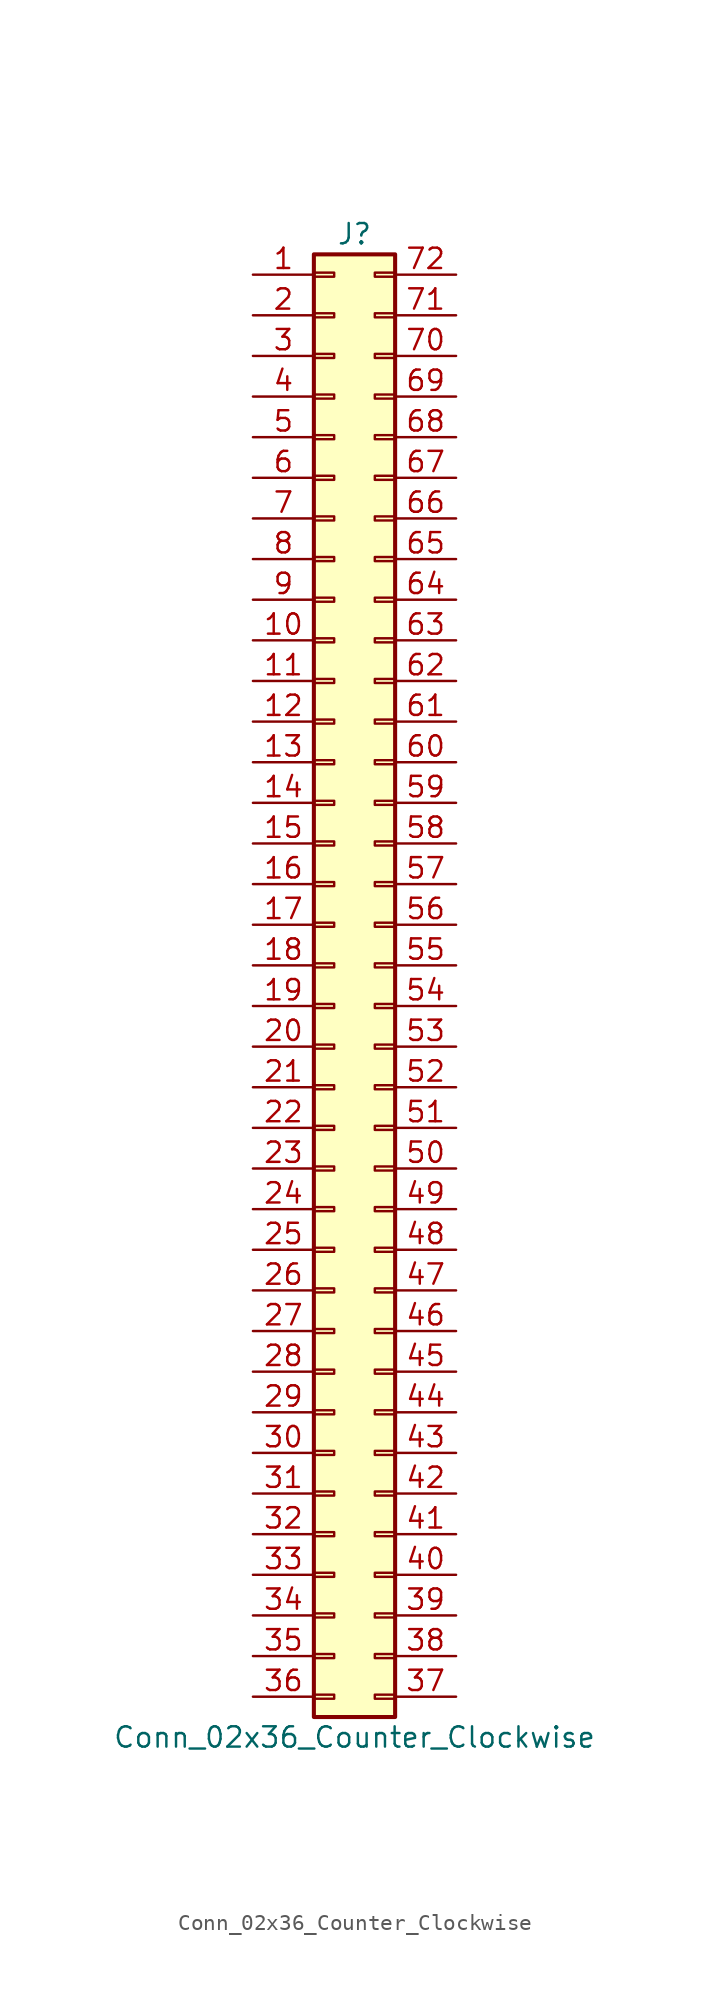
<source format=kicad_sym>
(kicad_symbol_lib
  (version 20220914)
  (generator kicad_symbol_editor)
  (symbol "Conn_02x36_Counter_Clockwise"
    (pin_names
      (offset 1.016) hide)
    (property "Reference" "J"
      (at 1.27 45.72 0)
      (effects (font (size 1.27 1.27))))
    (property "Value" "Conn_02x36_Counter_Clockwise"
      (at 1.27 -48.26 0)
      (effects (font (size 1.27 1.27))))
    (symbol "Conn_02x36_Counter_Clockwise_1_1"
      (rectangle (start -1.27 -45.593) (end 0 -45.847) (stroke (width 0.152) (type default)) (fill (type none)))
      (rectangle (start -1.27 -43.053) (end 0 -43.307) (stroke (width 0.152) (type default)) (fill (type none)))
      (rectangle (start -1.27 -40.513) (end 0 -40.767) (stroke (width 0.152) (type default)) (fill (type none)))
      (rectangle (start -1.27 -37.973) (end 0 -38.227) (stroke (width 0.152) (type default)) (fill (type none)))
      (rectangle (start -1.27 -35.433) (end 0 -35.687) (stroke (width 0.152) (type default)) (fill (type none)))
      (rectangle (start -1.27 -32.893) (end 0 -33.147) (stroke (width 0.152) (type default)) (fill (type none)))
      (rectangle (start -1.27 -30.353) (end 0 -30.607) (stroke (width 0.152) (type default)) (fill (type none)))
      (rectangle (start -1.27 -27.813) (end 0 -28.067) (stroke (width 0.152) (type default)) (fill (type none)))
      (rectangle (start -1.27 -25.273) (end 0 -25.527) (stroke (width 0.152) (type default)) (fill (type none)))
      (rectangle (start -1.27 -22.733) (end 0 -22.987) (stroke (width 0.152) (type default)) (fill (type none)))
      (rectangle (start -1.27 -20.193) (end 0 -20.447) (stroke (width 0.152) (type default)) (fill (type none)))
      (rectangle (start -1.27 -17.653) (end 0 -17.907) (stroke (width 0.152) (type default)) (fill (type none)))
      (rectangle (start -1.27 -15.113) (end 0 -15.367) (stroke (width 0.152) (type default)) (fill (type none)))
      (rectangle (start -1.27 -12.573) (end 0 -12.827) (stroke (width 0.152) (type default)) (fill (type none)))
      (rectangle (start -1.27 -10.033) (end 0 -10.287) (stroke (width 0.152) (type default)) (fill (type none)))
      (rectangle (start -1.27 -7.493) (end 0 -7.747) (stroke (width 0.152) (type default)) (fill (type none)))
      (rectangle (start -1.27 -4.953) (end 0 -5.207) (stroke (width 0.152) (type default)) (fill (type none)))
      (rectangle (start -1.27 -2.413) (end 0 -2.667) (stroke (width 0.152) (type default)) (fill (type none)))
      (rectangle (start -1.27 0.127) (end 0 -0.127) (stroke (width 0.152) (type default)) (fill (type none)))
      (rectangle (start -1.27 2.667) (end 0 2.413) (stroke (width 0.152) (type default)) (fill (type none)))
      (rectangle (start -1.27 5.207) (end 0 4.953) (stroke (width 0.152) (type default)) (fill (type none)))
      (rectangle (start -1.27 7.747) (end 0 7.493) (stroke (width 0.152) (type default)) (fill (type none)))
      (rectangle (start -1.27 10.287) (end 0 10.033) (stroke (width 0.152) (type default)) (fill (type none)))
      (rectangle (start -1.27 12.827) (end 0 12.573) (stroke (width 0.152) (type default)) (fill (type none)))
      (rectangle (start -1.27 15.367) (end 0 15.113) (stroke (width 0.152) (type default)) (fill (type none)))
      (rectangle (start -1.27 17.907) (end 0 17.653) (stroke (width 0.152) (type default)) (fill (type none)))
      (rectangle (start -1.27 20.447) (end 0 20.193) (stroke (width 0.152) (type default)) (fill (type none)))
      (rectangle (start -1.27 22.987) (end 0 22.733) (stroke (width 0.152) (type default)) (fill (type none)))
      (rectangle (start -1.27 25.527) (end 0 25.273) (stroke (width 0.152) (type default)) (fill (type none)))
      (rectangle (start -1.27 28.067) (end 0 27.813) (stroke (width 0.152) (type default)) (fill (type none)))
      (rectangle (start -1.27 30.607) (end 0 30.353) (stroke (width 0.152) (type default)) (fill (type none)))
      (rectangle (start -1.27 33.147) (end 0 32.893) (stroke (width 0.152) (type default)) (fill (type none)))
      (rectangle (start -1.27 35.687) (end 0 35.433) (stroke (width 0.152) (type default)) (fill (type none)))
      (rectangle (start -1.27 38.227) (end 0 37.973) (stroke (width 0.152) (type default)) (fill (type none)))
      (rectangle (start -1.27 40.767) (end 0 40.513) (stroke (width 0.152) (type default)) (fill (type none)))
      (rectangle (start -1.27 43.307) (end 0 43.053) (stroke (width 0.152) (type default)) (fill (type none)))
      (rectangle (start -1.27 44.45) (end 3.81 -46.99) (stroke (width 0.254) (type default)) (fill (type background)))
      (rectangle (start 3.81 -45.593) (end 2.54 -45.847) (stroke (width 0.152) (type default)) (fill (type none)))
      (rectangle (start 3.81 -43.053) (end 2.54 -43.307) (stroke (width 0.152) (type default)) (fill (type none)))
      (rectangle (start 3.81 -40.513) (end 2.54 -40.767) (stroke (width 0.152) (type default)) (fill (type none)))
      (rectangle (start 3.81 -37.973) (end 2.54 -38.227) (stroke (width 0.152) (type default)) (fill (type none)))
      (rectangle (start 3.81 -35.433) (end 2.54 -35.687) (stroke (width 0.152) (type default)) (fill (type none)))
      (rectangle (start 3.81 -32.893) (end 2.54 -33.147) (stroke (width 0.152) (type default)) (fill (type none)))
      (rectangle (start 3.81 -30.353) (end 2.54 -30.607) (stroke (width 0.152) (type default)) (fill (type none)))
      (rectangle (start 3.81 -27.813) (end 2.54 -28.067) (stroke (width 0.152) (type default)) (fill (type none)))
      (rectangle (start 3.81 -25.273) (end 2.54 -25.527) (stroke (width 0.152) (type default)) (fill (type none)))
      (rectangle (start 3.81 -22.733) (end 2.54 -22.987) (stroke (width 0.152) (type default)) (fill (type none)))
      (rectangle (start 3.81 -20.193) (end 2.54 -20.447) (stroke (width 0.152) (type default)) (fill (type none)))
      (rectangle (start 3.81 -17.653) (end 2.54 -17.907) (stroke (width 0.152) (type default)) (fill (type none)))
      (rectangle (start 3.81 -15.113) (end 2.54 -15.367) (stroke (width 0.152) (type default)) (fill (type none)))
      (rectangle (start 3.81 -12.573) (end 2.54 -12.827) (stroke (width 0.152) (type default)) (fill (type none)))
      (rectangle (start 3.81 -10.033) (end 2.54 -10.287) (stroke (width 0.152) (type default)) (fill (type none)))
      (rectangle (start 3.81 -7.493) (end 2.54 -7.747) (stroke (width 0.152) (type default)) (fill (type none)))
      (rectangle (start 3.81 -4.953) (end 2.54 -5.207) (stroke (width 0.152) (type default)) (fill (type none)))
      (rectangle (start 3.81 -2.413) (end 2.54 -2.667) (stroke (width 0.152) (type default)) (fill (type none)))
      (rectangle (start 3.81 0.127) (end 2.54 -0.127) (stroke (width 0.152) (type default)) (fill (type none)))
      (rectangle (start 3.81 2.667) (end 2.54 2.413) (stroke (width 0.152) (type default)) (fill (type none)))
      (rectangle (start 3.81 5.207) (end 2.54 4.953) (stroke (width 0.152) (type default)) (fill (type none)))
      (rectangle (start 3.81 7.747) (end 2.54 7.493) (stroke (width 0.152) (type default)) (fill (type none)))
      (rectangle (start 3.81 10.287) (end 2.54 10.033) (stroke (width 0.152) (type default)) (fill (type none)))
      (rectangle (start 3.81 12.827) (end 2.54 12.573) (stroke (width 0.152) (type default)) (fill (type none)))
      (rectangle (start 3.81 15.367) (end 2.54 15.113) (stroke (width 0.152) (type default)) (fill (type none)))
      (rectangle (start 3.81 17.907) (end 2.54 17.653) (stroke (width 0.152) (type default)) (fill (type none)))
      (rectangle (start 3.81 20.447) (end 2.54 20.193) (stroke (width 0.152) (type default)) (fill (type none)))
      (rectangle (start 3.81 22.987) (end 2.54 22.733) (stroke (width 0.152) (type default)) (fill (type none)))
      (rectangle (start 3.81 25.527) (end 2.54 25.273) (stroke (width 0.152) (type default)) (fill (type none)))
      (rectangle (start 3.81 28.067) (end 2.54 27.813) (stroke (width 0.152) (type default)) (fill (type none)))
      (rectangle (start 3.81 30.607) (end 2.54 30.353) (stroke (width 0.152) (type default)) (fill (type none)))
      (rectangle (start 3.81 33.147) (end 2.54 32.893) (stroke (width 0.152) (type default)) (fill (type none)))
      (rectangle (start 3.81 35.687) (end 2.54 35.433) (stroke (width 0.152) (type default)) (fill (type none)))
      (rectangle (start 3.81 38.227) (end 2.54 37.973) (stroke (width 0.152) (type default)) (fill (type none)))
      (rectangle (start 3.81 40.767) (end 2.54 40.513) (stroke (width 0.152) (type default)) (fill (type none)))
      (rectangle (start 3.81 43.307) (end 2.54 43.053) (stroke (width 0.152) (type default)) (fill (type none)))
      (pin passive line (at -5.08 43.18 0) (length 3.81) (name "Pin_1" (effects (font (size 1.27 1.27)))) (number "1" (effects (font (size 1.27 1.27)))))
      (pin passive line (at -5.08 20.32 0) (length 3.81) (name "Pin_10" (effects (font (size 1.27 1.27)))) (number "10" (effects (font (size 1.27 1.27)))))
      (pin passive line (at -5.08 17.78 0) (length 3.81) (name "Pin_11" (effects (font (size 1.27 1.27)))) (number "11" (effects (font (size 1.27 1.27)))))
      (pin passive line (at -5.08 15.24 0) (length 3.81) (name "Pin_12" (effects (font (size 1.27 1.27)))) (number "12" (effects (font (size 1.27 1.27)))))
      (pin passive line (at -5.08 12.7 0) (length 3.81) (name "Pin_13" (effects (font (size 1.27 1.27)))) (number "13" (effects (font (size 1.27 1.27)))))
      (pin passive line (at -5.08 10.16 0) (length 3.81) (name "Pin_14" (effects (font (size 1.27 1.27)))) (number "14" (effects (font (size 1.27 1.27)))))
      (pin passive line (at -5.08 7.62 0) (length 3.81) (name "Pin_15" (effects (font (size 1.27 1.27)))) (number "15" (effects (font (size 1.27 1.27)))))
      (pin passive line (at -5.08 5.08 0) (length 3.81) (name "Pin_16" (effects (font (size 1.27 1.27)))) (number "16" (effects (font (size 1.27 1.27)))))
      (pin passive line (at -5.08 2.54 0) (length 3.81) (name "Pin_17" (effects (font (size 1.27 1.27)))) (number "17" (effects (font (size 1.27 1.27)))))
      (pin passive line (at -5.08 0 0) (length 3.81) (name "Pin_18" (effects (font (size 1.27 1.27)))) (number "18" (effects (font (size 1.27 1.27)))))
      (pin passive line (at -5.08 -2.54 0) (length 3.81) (name "Pin_19" (effects (font (size 1.27 1.27)))) (number "19" (effects (font (size 1.27 1.27)))))
      (pin passive line (at -5.08 40.64 0) (length 3.81) (name "Pin_2" (effects (font (size 1.27 1.27)))) (number "2" (effects (font (size 1.27 1.27)))))
      (pin passive line (at -5.08 -5.08 0) (length 3.81) (name "Pin_20" (effects (font (size 1.27 1.27)))) (number "20" (effects (font (size 1.27 1.27)))))
      (pin passive line (at -5.08 -7.62 0) (length 3.81) (name "Pin_21" (effects (font (size 1.27 1.27)))) (number "21" (effects (font (size 1.27 1.27)))))
      (pin passive line (at -5.08 -10.16 0) (length 3.81) (name "Pin_22" (effects (font (size 1.27 1.27)))) (number "22" (effects (font (size 1.27 1.27)))))
      (pin passive line (at -5.08 -12.7 0) (length 3.81) (name "Pin_23" (effects (font (size 1.27 1.27)))) (number "23" (effects (font (size 1.27 1.27)))))
      (pin passive line (at -5.08 -15.24 0) (length 3.81) (name "Pin_24" (effects (font (size 1.27 1.27)))) (number "24" (effects (font (size 1.27 1.27)))))
      (pin passive line (at -5.08 -17.78 0) (length 3.81) (name "Pin_25" (effects (font (size 1.27 1.27)))) (number "25" (effects (font (size 1.27 1.27)))))
      (pin passive line (at -5.08 -20.32 0) (length 3.81) (name "Pin_26" (effects (font (size 1.27 1.27)))) (number "26" (effects (font (size 1.27 1.27)))))
      (pin passive line (at -5.08 -22.86 0) (length 3.81) (name "Pin_27" (effects (font (size 1.27 1.27)))) (number "27" (effects (font (size 1.27 1.27)))))
      (pin passive line (at -5.08 -25.4 0) (length 3.81) (name "Pin_28" (effects (font (size 1.27 1.27)))) (number "28" (effects (font (size 1.27 1.27)))))
      (pin passive line (at -5.08 -27.94 0) (length 3.81) (name "Pin_29" (effects (font (size 1.27 1.27)))) (number "29" (effects (font (size 1.27 1.27)))))
      (pin passive line (at -5.08 38.1 0) (length 3.81) (name "Pin_3" (effects (font (size 1.27 1.27)))) (number "3" (effects (font (size 1.27 1.27)))))
      (pin passive line (at -5.08 -30.48 0) (length 3.81) (name "Pin_30" (effects (font (size 1.27 1.27)))) (number "30" (effects (font (size 1.27 1.27)))))
      (pin passive line (at -5.08 -33.02 0) (length 3.81) (name "Pin_31" (effects (font (size 1.27 1.27)))) (number "31" (effects (font (size 1.27 1.27)))))
      (pin passive line (at -5.08 -35.56 0) (length 3.81) (name "Pin_32" (effects (font (size 1.27 1.27)))) (number "32" (effects (font (size 1.27 1.27)))))
      (pin passive line (at -5.08 -38.1 0) (length 3.81) (name "Pin_33" (effects (font (size 1.27 1.27)))) (number "33" (effects (font (size 1.27 1.27)))))
      (pin passive line (at -5.08 -40.64 0) (length 3.81) (name "Pin_34" (effects (font (size 1.27 1.27)))) (number "34" (effects (font (size 1.27 1.27)))))
      (pin passive line (at -5.08 -43.18 0) (length 3.81) (name "Pin_35" (effects (font (size 1.27 1.27)))) (number "35" (effects (font (size 1.27 1.27)))))
      (pin passive line (at -5.08 -45.72 0) (length 3.81) (name "Pin_36" (effects (font (size 1.27 1.27)))) (number "36" (effects (font (size 1.27 1.27)))))
      (pin passive line (at 7.62 -45.72 180) (length 3.81) (name "Pin_37" (effects (font (size 1.27 1.27)))) (number "37" (effects (font (size 1.27 1.27)))))
      (pin passive line (at 7.62 -43.18 180) (length 3.81) (name "Pin_38" (effects (font (size 1.27 1.27)))) (number "38" (effects (font (size 1.27 1.27)))))
      (pin passive line (at 7.62 -40.64 180) (length 3.81) (name "Pin_39" (effects (font (size 1.27 1.27)))) (number "39" (effects (font (size 1.27 1.27)))))
      (pin passive line (at -5.08 35.56 0) (length 3.81) (name "Pin_4" (effects (font (size 1.27 1.27)))) (number "4" (effects (font (size 1.27 1.27)))))
      (pin passive line (at 7.62 -38.1 180) (length 3.81) (name "Pin_40" (effects (font (size 1.27 1.27)))) (number "40" (effects (font (size 1.27 1.27)))))
      (pin passive line (at 7.62 -35.56 180) (length 3.81) (name "Pin_41" (effects (font (size 1.27 1.27)))) (number "41" (effects (font (size 1.27 1.27)))))
      (pin passive line (at 7.62 -33.02 180) (length 3.81) (name "Pin_42" (effects (font (size 1.27 1.27)))) (number "42" (effects (font (size 1.27 1.27)))))
      (pin passive line (at 7.62 -30.48 180) (length 3.81) (name "Pin_43" (effects (font (size 1.27 1.27)))) (number "43" (effects (font (size 1.27 1.27)))))
      (pin passive line (at 7.62 -27.94 180) (length 3.81) (name "Pin_44" (effects (font (size 1.27 1.27)))) (number "44" (effects (font (size 1.27 1.27)))))
      (pin passive line (at 7.62 -25.4 180) (length 3.81) (name "Pin_45" (effects (font (size 1.27 1.27)))) (number "45" (effects (font (size 1.27 1.27)))))
      (pin passive line (at 7.62 -22.86 180) (length 3.81) (name "Pin_46" (effects (font (size 1.27 1.27)))) (number "46" (effects (font (size 1.27 1.27)))))
      (pin passive line (at 7.62 -20.32 180) (length 3.81) (name "Pin_47" (effects (font (size 1.27 1.27)))) (number "47" (effects (font (size 1.27 1.27)))))
      (pin passive line (at 7.62 -17.78 180) (length 3.81) (name "Pin_48" (effects (font (size 1.27 1.27)))) (number "48" (effects (font (size 1.27 1.27)))))
      (pin passive line (at 7.62 -15.24 180) (length 3.81) (name "Pin_49" (effects (font (size 1.27 1.27)))) (number "49" (effects (font (size 1.27 1.27)))))
      (pin passive line (at -5.08 33.02 0) (length 3.81) (name "Pin_5" (effects (font (size 1.27 1.27)))) (number "5" (effects (font (size 1.27 1.27)))))
      (pin passive line (at 7.62 -12.7 180) (length 3.81) (name "Pin_50" (effects (font (size 1.27 1.27)))) (number "50" (effects (font (size 1.27 1.27)))))
      (pin passive line (at 7.62 -10.16 180) (length 3.81) (name "Pin_51" (effects (font (size 1.27 1.27)))) (number "51" (effects (font (size 1.27 1.27)))))
      (pin passive line (at 7.62 -7.62 180) (length 3.81) (name "Pin_52" (effects (font (size 1.27 1.27)))) (number "52" (effects (font (size 1.27 1.27)))))
      (pin passive line (at 7.62 -5.08 180) (length 3.81) (name "Pin_53" (effects (font (size 1.27 1.27)))) (number "53" (effects (font (size 1.27 1.27)))))
      (pin passive line (at 7.62 -2.54 180) (length 3.81) (name "Pin_54" (effects (font (size 1.27 1.27)))) (number "54" (effects (font (size 1.27 1.27)))))
      (pin passive line (at 7.62 0 180) (length 3.81) (name "Pin_55" (effects (font (size 1.27 1.27)))) (number "55" (effects (font (size 1.27 1.27)))))
      (pin passive line (at 7.62 2.54 180) (length 3.81) (name "Pin_56" (effects (font (size 1.27 1.27)))) (number "56" (effects (font (size 1.27 1.27)))))
      (pin passive line (at 7.62 5.08 180) (length 3.81) (name "Pin_57" (effects (font (size 1.27 1.27)))) (number "57" (effects (font (size 1.27 1.27)))))
      (pin passive line (at 7.62 7.62 180) (length 3.81) (name "Pin_58" (effects (font (size 1.27 1.27)))) (number "58" (effects (font (size 1.27 1.27)))))
      (pin passive line (at 7.62 10.16 180) (length 3.81) (name "Pin_59" (effects (font (size 1.27 1.27)))) (number "59" (effects (font (size 1.27 1.27)))))
      (pin passive line (at -5.08 30.48 0) (length 3.81) (name "Pin_6" (effects (font (size 1.27 1.27)))) (number "6" (effects (font (size 1.27 1.27)))))
      (pin passive line (at 7.62 12.7 180) (length 3.81) (name "Pin_60" (effects (font (size 1.27 1.27)))) (number "60" (effects (font (size 1.27 1.27)))))
      (pin passive line (at 7.62 15.24 180) (length 3.81) (name "Pin_61" (effects (font (size 1.27 1.27)))) (number "61" (effects (font (size 1.27 1.27)))))
      (pin passive line (at 7.62 17.78 180) (length 3.81) (name "Pin_62" (effects (font (size 1.27 1.27)))) (number "62" (effects (font (size 1.27 1.27)))))
      (pin passive line (at 7.62 20.32 180) (length 3.81) (name "Pin_63" (effects (font (size 1.27 1.27)))) (number "63" (effects (font (size 1.27 1.27)))))
      (pin passive line (at 7.62 22.86 180) (length 3.81) (name "Pin_64" (effects (font (size 1.27 1.27)))) (number "64" (effects (font (size 1.27 1.27)))))
      (pin passive line (at 7.62 25.4 180) (length 3.81) (name "Pin_65" (effects (font (size 1.27 1.27)))) (number "65" (effects (font (size 1.27 1.27)))))
      (pin passive line (at 7.62 27.94 180) (length 3.81) (name "Pin_66" (effects (font (size 1.27 1.27)))) (number "66" (effects (font (size 1.27 1.27)))))
      (pin passive line (at 7.62 30.48 180) (length 3.81) (name "Pin_67" (effects (font (size 1.27 1.27)))) (number "67" (effects (font (size 1.27 1.27)))))
      (pin passive line (at 7.62 33.02 180) (length 3.81) (name "Pin_68" (effects (font (size 1.27 1.27)))) (number "68" (effects (font (size 1.27 1.27)))))
      (pin passive line (at 7.62 35.56 180) (length 3.81) (name "Pin_69" (effects (font (size 1.27 1.27)))) (number "69" (effects (font (size 1.27 1.27)))))
      (pin passive line (at -5.08 27.94 0) (length 3.81) (name "Pin_7" (effects (font (size 1.27 1.27)))) (number "7" (effects (font (size 1.27 1.27)))))
      (pin passive line (at 7.62 38.1 180) (length 3.81) (name "Pin_70" (effects (font (size 1.27 1.27)))) (number "70" (effects (font (size 1.27 1.27)))))
      (pin passive line (at 7.62 40.64 180) (length 3.81) (name "Pin_71" (effects (font (size 1.27 1.27)))) (number "71" (effects (font (size 1.27 1.27)))))
      (pin passive line (at 7.62 43.18 180) (length 3.81) (name "Pin_72" (effects (font (size 1.27 1.27)))) (number "72" (effects (font (size 1.27 1.27)))))
      (pin passive line (at -5.08 25.4 0) (length 3.81) (name "Pin_8" (effects (font (size 1.27 1.27)))) (number "8" (effects (font (size 1.27 1.27)))))
      (pin passive line (at -5.08 22.86 0) (length 3.81) (name "Pin_9" (effects (font (size 1.27 1.27)))) (number "9" (effects (font (size 1.27 1.27))))))))
</source>
